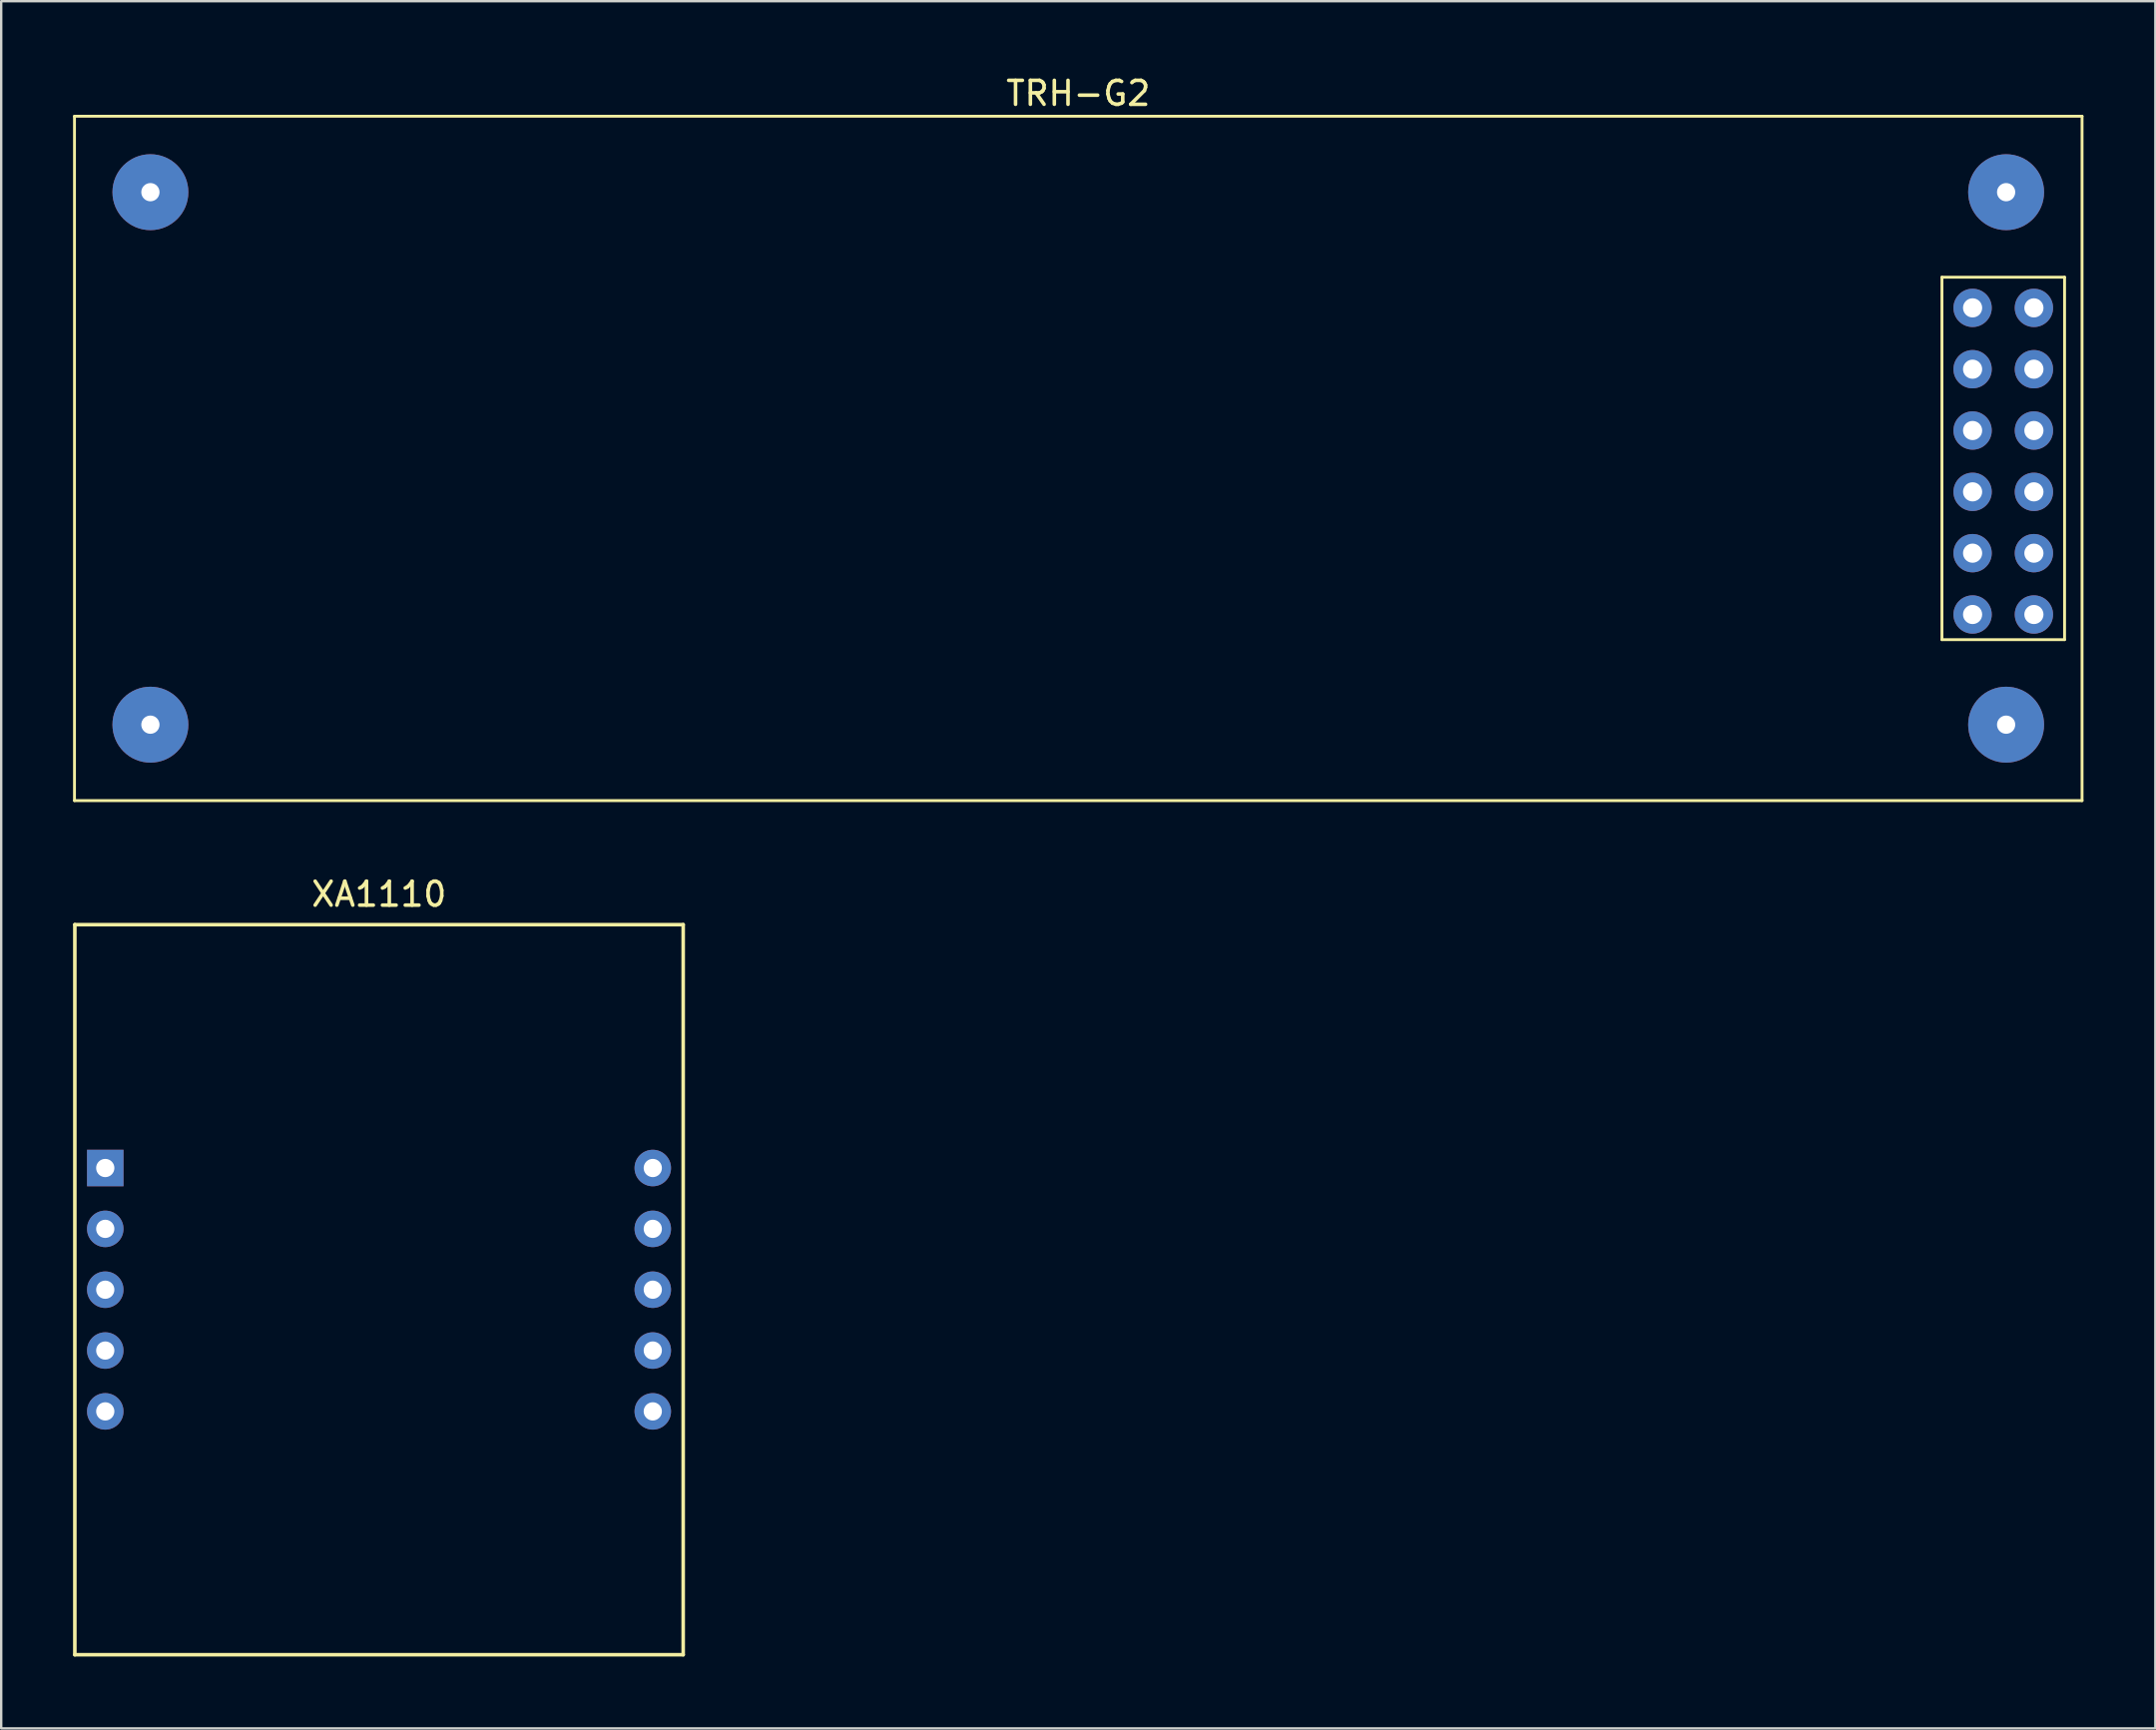
<source format=kicad_pcb>
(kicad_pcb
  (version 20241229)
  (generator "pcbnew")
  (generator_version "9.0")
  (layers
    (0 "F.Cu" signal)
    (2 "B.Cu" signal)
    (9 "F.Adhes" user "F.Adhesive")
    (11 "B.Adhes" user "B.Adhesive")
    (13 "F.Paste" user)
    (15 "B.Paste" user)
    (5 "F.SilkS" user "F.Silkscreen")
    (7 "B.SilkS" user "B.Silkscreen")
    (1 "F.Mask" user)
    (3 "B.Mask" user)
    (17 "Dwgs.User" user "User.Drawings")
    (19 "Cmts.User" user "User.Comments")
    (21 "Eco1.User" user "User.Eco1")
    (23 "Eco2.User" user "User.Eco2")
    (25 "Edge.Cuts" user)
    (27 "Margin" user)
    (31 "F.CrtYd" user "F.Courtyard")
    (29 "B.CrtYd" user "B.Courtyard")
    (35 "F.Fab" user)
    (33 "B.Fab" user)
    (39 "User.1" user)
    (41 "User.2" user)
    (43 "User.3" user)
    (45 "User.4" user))
  (footprint "XA1110"
    (layer "F.Cu")
    (at 12.775 50.791)
    (property "Reference" "XA1110" (at 0 -16.51 0) (layer "F.SilkS") (effects (font (size 1 1) (thickness 0.15))))
    (attr through_hole)
    (fp_line (start -12.7 -15.24) (end -12.7 15.24) (stroke (width 0.15) (type solid)) (layer "F.SilkS"))
    (fp_line (start -12.7 -15.24) (end 12.7 -15.24) (stroke (width 0.15) (type solid)) (layer "F.SilkS"))
    (fp_line (start -12.7 15.24) (end 12.7 15.24) (stroke (width 0.15) (type solid)) (layer "F.SilkS"))
    (fp_line (start 12.7 15.24) (end 12.7 -15.24) (stroke (width 0.15) (type solid)) (layer "F.SilkS"))
    (pad "1" thru_hole rect (at -11.43 -5.08) (size 1.524 1.524) (drill 0.762) (layers "*.Cu" "*.Mask"))
    (pad "2" thru_hole circle (at -11.43 -2.54) (size 1.524 1.524) (drill 0.762) (layers "*.Cu" "*.Mask"))
    (pad "3" thru_hole circle (at -11.43 0) (size 1.524 1.524) (drill 0.762) (layers "*.Cu" "*.Mask"))
    (pad "4" thru_hole circle (at -11.43 2.54) (size 1.524 1.524) (drill 0.762) (layers "*.Cu" "*.Mask"))
    (pad "5" thru_hole circle (at -11.43 5.08) (size 1.524 1.524) (drill 0.762) (layers "*.Cu" "*.Mask"))
    (pad "6" thru_hole circle (at 11.43 5.08) (size 1.524 1.524) (drill 0.762) (layers "*.Cu" "*.Mask"))
    (pad "7" thru_hole circle (at 11.43 2.54) (size 1.524 1.524) (drill 0.762) (layers "*.Cu" "*.Mask"))
    (pad "8" thru_hole circle (at 11.43 0) (size 1.524 1.524) (drill 0.762) (layers "*.Cu" "*.Mask"))
    (pad "9" thru_hole circle (at 11.43 -2.54) (size 1.524 1.524) (drill 0.762) (layers "*.Cu" "*.Mask"))
    (pad "10" thru_hole circle (at 11.43 -5.08) (size 1.524 1.524) (drill 0.762) (layers "*.Cu" "*.Mask")))
  (footprint "TRH-G2"
    (layer "F.Cu")
    (at 41.97 16.088)
    (property "Reference" "TRH-G2" (at 0 -15.24 0) (layer "F.SilkS") (effects (font (size 1 1) (thickness 0.15))))
    (attr through_hole)
    (fp_line (start -41.91 -14.285) (end 41.91 -14.285) (stroke (width 0.12) (type solid)) (layer "F.SilkS"))
    (fp_line (start -41.91 14.285) (end -41.91 -14.285) (stroke (width 0.12) (type solid)) (layer "F.SilkS"))
    (fp_line (start -41.91 14.285) (end 41.91 14.285) (stroke (width 0.12) (type solid)) (layer "F.SilkS"))
    (fp_line (start 36.06 -7.565) (end 41.18 -7.565) (stroke (width 0.12) (type solid)) (layer "F.SilkS"))
    (fp_line (start 36.06 7.565) (end 36.06 -7.565) (stroke (width 0.12) (type solid)) (layer "F.SilkS"))
    (fp_line (start 41.18 -7.565) (end 41.18 7.565) (stroke (width 0.12) (type solid)) (layer "F.SilkS"))
    (fp_line (start 41.18 7.565) (end 36.06 7.565) (stroke (width 0.12) (type solid)) (layer "F.SilkS"))
    (fp_line (start 41.91 -14.285) (end 41.91 14.285) (stroke (width 0.12) (type solid)) (layer "F.SilkS"))
    (pad "" np_thru_hole circle (at -38.74 -11.115) (size 3.17 3.17) (drill 0.762) (layers "*.Cu" "*.Mask"))
    (pad "" np_thru_hole circle (at -38.74 11.115) (size 3.17 3.17) (drill 0.762) (layers "*.Cu" "*.Mask"))
    (pad "" np_thru_hole circle (at 38.74 -11.115) (size 3.17 3.17) (drill 0.762) (layers "*.Cu" "*.Mask"))
    (pad "" np_thru_hole circle (at 38.74 11.115) (size 3.17 3.17) (drill 0.762) (layers "*.Cu" "*.Mask"))
    (pad "1" thru_hole circle (at 37.34 -6.285) (size 1.6 1.6) (drill 0.8) (layers "*.Cu" "*.Mask"))
    (pad "2" thru_hole circle (at 39.9 -6.285) (size 1.6 1.6) (drill 0.8) (layers "*.Cu" "*.Mask"))
    (pad "3" thru_hole circle (at 37.34 -3.725) (size 1.6 1.6) (drill 0.8) (layers "*.Cu" "*.Mask"))
    (pad "4" thru_hole circle (at 39.9 -3.725) (size 1.6 1.6) (drill 0.8) (layers "*.Cu" "*.Mask"))
    (pad "5" thru_hole circle (at 37.34 -1.165) (size 1.6 1.6) (drill 0.8) (layers "*.Cu" "*.Mask"))
    (pad "6" thru_hole circle (at 39.9 -1.165) (size 1.6 1.6) (drill 0.8) (layers "*.Cu" "*.Mask"))
    (pad "7" thru_hole circle (at 37.34 1.395) (size 1.6 1.6) (drill 0.8) (layers "*.Cu" "*.Mask"))
    (pad "8" thru_hole circle (at 39.9 1.395) (size 1.6 1.6) (drill 0.8) (layers "*.Cu" "*.Mask"))
    (pad "9" thru_hole circle (at 37.34 3.955) (size 1.6 1.6) (drill 0.8) (layers "*.Cu" "*.Mask"))
    (pad "10" thru_hole circle (at 39.9 3.955) (size 1.6 1.6) (drill 0.8) (layers "*.Cu" "*.Mask"))
    (pad "11" thru_hole circle (at 37.34 6.515) (size 1.6 1.6) (drill 0.8) (layers "*.Cu" "*.Mask"))
    (pad "12" thru_hole circle (at 39.9 6.515) (size 1.6 1.6) (drill 0.8) (layers "*.Cu" "*.Mask")))
  (gr_rect
    (start -3 -3)
    (end 86.94 69.106)
    (stroke (width 0.1) (type default))
    (fill no)
    (layer "Edge.Cuts")))
</source>
